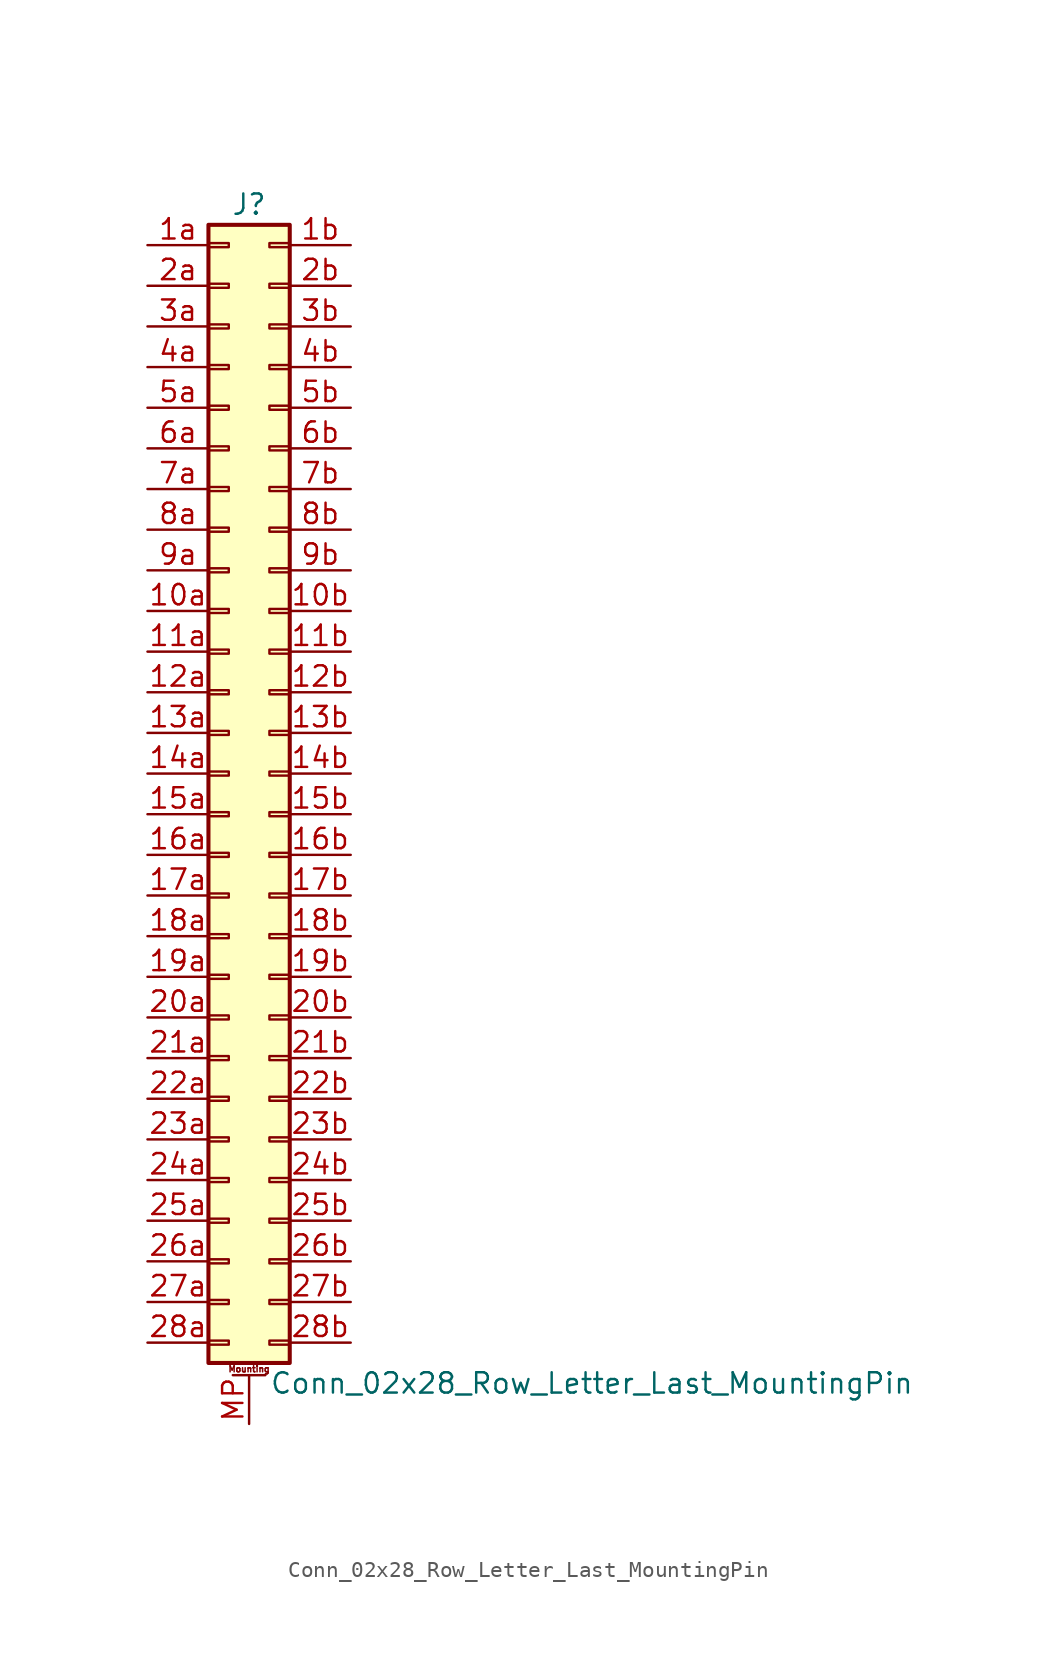
<source format=kicad_sym>
(kicad_symbol_lib
  (version 20201005)
  (generator kicad_symbol_editor)
  (symbol "Connector_Generic_MountingPin:Conn_02x28_Row_Letter_Last_MountingPin"
    (pin_names
      (offset 1.016) hide)
    (property "Reference" "J"
      (at 1.27 35.56 0)
      (effects (font (size 1.27 1.27))))
    (property "Value" "Conn_02x28_Row_Letter_Last_MountingPin"
      (at 2.54 -38.1 0)
      (effects (font (size 1.27 1.27)) (justify left)))
    (symbol "Conn_02x28_Row_Letter_Last_MountingPin_1_1"
      (text "Mounting" (at 1.27 -37.211 0) (effects (font (size 0.381 0.381))))
      (rectangle (start -1.27 -27.813) (end 0 -28.067) (stroke (width 0.152)) (fill (type none)))
      (rectangle (start -1.27 -30.353) (end 0 -30.607) (stroke (width 0.152)) (fill (type none)))
      (rectangle (start -1.27 -32.893) (end 0 -33.147) (stroke (width 0.152)) (fill (type none)))
      (rectangle (start -1.27 -35.433) (end 0 -35.687) (stroke (width 0.152)) (fill (type none)))
      (rectangle (start -1.27 -4.953) (end 0 -5.207) (stroke (width 0.152)) (fill (type none)))
      (rectangle (start -1.27 -7.493) (end 0 -7.747) (stroke (width 0.152)) (fill (type none)))
      (rectangle (start -1.27 -10.033) (end 0 -10.287) (stroke (width 0.152)) (fill (type none)))
      (rectangle (start -1.27 -12.573) (end 0 -12.827) (stroke (width 0.152)) (fill (type none)))
      (rectangle (start -1.27 -15.113) (end 0 -15.367) (stroke (width 0.152)) (fill (type none)))
      (rectangle (start -1.27 -17.653) (end 0 -17.907) (stroke (width 0.152)) (fill (type none)))
      (rectangle (start -1.27 -20.193) (end 0 -20.447) (stroke (width 0.152)) (fill (type none)))
      (rectangle (start -1.27 -22.733) (end 0 -22.987) (stroke (width 0.152)) (fill (type none)))
      (rectangle (start -1.27 -2.413) (end 0 -2.667) (stroke (width 0.152)) (fill (type none)))
      (rectangle (start -1.27 -25.273) (end 0 -25.527) (stroke (width 0.152)) (fill (type none)))
      (rectangle (start -1.27 25.527) (end 0 25.273) (stroke (width 0.152)) (fill (type none)))
      (rectangle (start -1.27 2.667) (end 0 2.413) (stroke (width 0.152)) (fill (type none)))
      (rectangle (start -1.27 28.067) (end 0 27.813) (stroke (width 0.152)) (fill (type none)))
      (rectangle (start -1.27 30.607) (end 0 30.353) (stroke (width 0.152)) (fill (type none)))
      (rectangle (start -1.27 33.147) (end 0 32.893) (stroke (width 0.152)) (fill (type none)))
      (rectangle (start -1.27 34.29) (end 3.81 -36.83) (stroke (width 0.254)) (fill (type background)))
      (rectangle (start -1.27 5.207) (end 0 4.953) (stroke (width 0.152)) (fill (type none)))
      (rectangle (start -1.27 7.747) (end 0 7.493) (stroke (width 0.152)) (fill (type none)))
      (rectangle (start -1.27 10.287) (end 0 10.033) (stroke (width 0.152)) (fill (type none)))
      (rectangle (start -1.27 0.127) (end 0 -0.127) (stroke (width 0.152)) (fill (type none)))
      (rectangle (start -1.27 12.827) (end 0 12.573) (stroke (width 0.152)) (fill (type none)))
      (rectangle (start -1.27 15.367) (end 0 15.113) (stroke (width 0.152)) (fill (type none)))
      (rectangle (start -1.27 17.907) (end 0 17.653) (stroke (width 0.152)) (fill (type none)))
      (rectangle (start -1.27 20.447) (end 0 20.193) (stroke (width 0.152)) (fill (type none)))
      (rectangle (start -1.27 22.987) (end 0 22.733) (stroke (width 0.152)) (fill (type none)))
      (rectangle (start 3.81 -27.813) (end 2.54 -28.067) (stroke (width 0.152)) (fill (type none)))
      (rectangle (start 3.81 -30.353) (end 2.54 -30.607) (stroke (width 0.152)) (fill (type none)))
      (rectangle (start 3.81 -32.893) (end 2.54 -33.147) (stroke (width 0.152)) (fill (type none)))
      (rectangle (start 3.81 -35.433) (end 2.54 -35.687) (stroke (width 0.152)) (fill (type none)))
      (rectangle (start 3.81 -4.953) (end 2.54 -5.207) (stroke (width 0.152)) (fill (type none)))
      (rectangle (start 3.81 -7.493) (end 2.54 -7.747) (stroke (width 0.152)) (fill (type none)))
      (rectangle (start 3.81 -10.033) (end 2.54 -10.287) (stroke (width 0.152)) (fill (type none)))
      (rectangle (start 3.81 -12.573) (end 2.54 -12.827) (stroke (width 0.152)) (fill (type none)))
      (rectangle (start 3.81 -15.113) (end 2.54 -15.367) (stroke (width 0.152)) (fill (type none)))
      (rectangle (start 3.81 -17.653) (end 2.54 -17.907) (stroke (width 0.152)) (fill (type none)))
      (rectangle (start 3.81 -20.193) (end 2.54 -20.447) (stroke (width 0.152)) (fill (type none)))
      (rectangle (start 3.81 -22.733) (end 2.54 -22.987) (stroke (width 0.152)) (fill (type none)))
      (rectangle (start 3.81 -2.413) (end 2.54 -2.667) (stroke (width 0.152)) (fill (type none)))
      (rectangle (start 3.81 -25.273) (end 2.54 -25.527) (stroke (width 0.152)) (fill (type none)))
      (rectangle (start 3.81 25.527) (end 2.54 25.273) (stroke (width 0.152)) (fill (type none)))
      (rectangle (start 3.81 2.667) (end 2.54 2.413) (stroke (width 0.152)) (fill (type none)))
      (rectangle (start 3.81 28.067) (end 2.54 27.813) (stroke (width 0.152)) (fill (type none)))
      (rectangle (start 3.81 30.607) (end 2.54 30.353) (stroke (width 0.152)) (fill (type none)))
      (rectangle (start 3.81 33.147) (end 2.54 32.893) (stroke (width 0.152)) (fill (type none)))
      (rectangle (start 3.81 5.207) (end 2.54 4.953) (stroke (width 0.152)) (fill (type none)))
      (rectangle (start 3.81 7.747) (end 2.54 7.493) (stroke (width 0.152)) (fill (type none)))
      (rectangle (start 3.81 10.287) (end 2.54 10.033) (stroke (width 0.152)) (fill (type none)))
      (rectangle (start 3.81 0.127) (end 2.54 -0.127) (stroke (width 0.152)) (fill (type none)))
      (rectangle (start 3.81 12.827) (end 2.54 12.573) (stroke (width 0.152)) (fill (type none)))
      (rectangle (start 3.81 15.367) (end 2.54 15.113) (stroke (width 0.152)) (fill (type none)))
      (rectangle (start 3.81 17.907) (end 2.54 17.653) (stroke (width 0.152)) (fill (type none)))
      (rectangle (start 3.81 20.447) (end 2.54 20.193) (stroke (width 0.152)) (fill (type none)))
      (rectangle (start 3.81 22.987) (end 2.54 22.733) (stroke (width 0.152)) (fill (type none)))
      (polyline (pts (xy 0.254 -37.592) (xy 2.286 -37.592)) (stroke (width 0.152)) (fill (type none)))
      (pin passive line (at 1.27 -40.64 90) (length 3.048) (name "MountPin" (effects (font (size 1.27 1.27)))) (number "MP" (effects (font (size 1.27 1.27)))))
      (pin passive line (at -5.08 10.16 0) (length 3.81) (name "Pin_10a" (effects (font (size 1.27 1.27)))) (number "10a" (effects (font (size 1.27 1.27)))))
      (pin passive line (at 7.62 10.16 180) (length 3.81) (name "Pin_10b" (effects (font (size 1.27 1.27)))) (number "10b" (effects (font (size 1.27 1.27)))))
      (pin passive line (at -5.08 7.62 0) (length 3.81) (name "Pin_11a" (effects (font (size 1.27 1.27)))) (number "11a" (effects (font (size 1.27 1.27)))))
      (pin passive line (at 7.62 7.62 180) (length 3.81) (name "Pin_11b" (effects (font (size 1.27 1.27)))) (number "11b" (effects (font (size 1.27 1.27)))))
      (pin passive line (at -5.08 5.08 0) (length 3.81) (name "Pin_12a" (effects (font (size 1.27 1.27)))) (number "12a" (effects (font (size 1.27 1.27)))))
      (pin passive line (at 7.62 5.08 180) (length 3.81) (name "Pin_12b" (effects (font (size 1.27 1.27)))) (number "12b" (effects (font (size 1.27 1.27)))))
      (pin passive line (at -5.08 2.54 0) (length 3.81) (name "Pin_13a" (effects (font (size 1.27 1.27)))) (number "13a" (effects (font (size 1.27 1.27)))))
      (pin passive line (at 7.62 2.54 180) (length 3.81) (name "Pin_13b" (effects (font (size 1.27 1.27)))) (number "13b" (effects (font (size 1.27 1.27)))))
      (pin passive line (at -5.08 0 0) (length 3.81) (name "Pin_14a" (effects (font (size 1.27 1.27)))) (number "14a" (effects (font (size 1.27 1.27)))))
      (pin passive line (at 7.62 0 180) (length 3.81) (name "Pin_14b" (effects (font (size 1.27 1.27)))) (number "14b" (effects (font (size 1.27 1.27)))))
      (pin passive line (at -5.08 -2.54 0) (length 3.81) (name "Pin_15a" (effects (font (size 1.27 1.27)))) (number "15a" (effects (font (size 1.27 1.27)))))
      (pin passive line (at 7.62 -2.54 180) (length 3.81) (name "Pin_15b" (effects (font (size 1.27 1.27)))) (number "15b" (effects (font (size 1.27 1.27)))))
      (pin passive line (at -5.08 -5.08 0) (length 3.81) (name "Pin_16a" (effects (font (size 1.27 1.27)))) (number "16a" (effects (font (size 1.27 1.27)))))
      (pin passive line (at 7.62 -5.08 180) (length 3.81) (name "Pin_16b" (effects (font (size 1.27 1.27)))) (number "16b" (effects (font (size 1.27 1.27)))))
      (pin passive line (at -5.08 -7.62 0) (length 3.81) (name "Pin_17a" (effects (font (size 1.27 1.27)))) (number "17a" (effects (font (size 1.27 1.27)))))
      (pin passive line (at 7.62 -7.62 180) (length 3.81) (name "Pin_17b" (effects (font (size 1.27 1.27)))) (number "17b" (effects (font (size 1.27 1.27)))))
      (pin passive line (at -5.08 -10.16 0) (length 3.81) (name "Pin_18a" (effects (font (size 1.27 1.27)))) (number "18a" (effects (font (size 1.27 1.27)))))
      (pin passive line (at 7.62 -10.16 180) (length 3.81) (name "Pin_18b" (effects (font (size 1.27 1.27)))) (number "18b" (effects (font (size 1.27 1.27)))))
      (pin passive line (at -5.08 -12.7 0) (length 3.81) (name "Pin_19a" (effects (font (size 1.27 1.27)))) (number "19a" (effects (font (size 1.27 1.27)))))
      (pin passive line (at 7.62 -12.7 180) (length 3.81) (name "Pin_19b" (effects (font (size 1.27 1.27)))) (number "19b" (effects (font (size 1.27 1.27)))))
      (pin passive line (at -5.08 33.02 0) (length 3.81) (name "Pin_1a" (effects (font (size 1.27 1.27)))) (number "1a" (effects (font (size 1.27 1.27)))))
      (pin passive line (at 7.62 33.02 180) (length 3.81) (name "Pin_1b" (effects (font (size 1.27 1.27)))) (number "1b" (effects (font (size 1.27 1.27)))))
      (pin passive line (at -5.08 -15.24 0) (length 3.81) (name "Pin_20a" (effects (font (size 1.27 1.27)))) (number "20a" (effects (font (size 1.27 1.27)))))
      (pin passive line (at 7.62 -15.24 180) (length 3.81) (name "Pin_20b" (effects (font (size 1.27 1.27)))) (number "20b" (effects (font (size 1.27 1.27)))))
      (pin passive line (at -5.08 -17.78 0) (length 3.81) (name "Pin_21a" (effects (font (size 1.27 1.27)))) (number "21a" (effects (font (size 1.27 1.27)))))
      (pin passive line (at 7.62 -17.78 180) (length 3.81) (name "Pin_21b" (effects (font (size 1.27 1.27)))) (number "21b" (effects (font (size 1.27 1.27)))))
      (pin passive line (at -5.08 -20.32 0) (length 3.81) (name "Pin_22a" (effects (font (size 1.27 1.27)))) (number "22a" (effects (font (size 1.27 1.27)))))
      (pin passive line (at 7.62 -20.32 180) (length 3.81) (name "Pin_22b" (effects (font (size 1.27 1.27)))) (number "22b" (effects (font (size 1.27 1.27)))))
      (pin passive line (at -5.08 -22.86 0) (length 3.81) (name "Pin_23a" (effects (font (size 1.27 1.27)))) (number "23a" (effects (font (size 1.27 1.27)))))
      (pin passive line (at 7.62 -22.86 180) (length 3.81) (name "Pin_23b" (effects (font (size 1.27 1.27)))) (number "23b" (effects (font (size 1.27 1.27)))))
      (pin passive line (at -5.08 -25.4 0) (length 3.81) (name "Pin_24a" (effects (font (size 1.27 1.27)))) (number "24a" (effects (font (size 1.27 1.27)))))
      (pin passive line (at 7.62 -25.4 180) (length 3.81) (name "Pin_24b" (effects (font (size 1.27 1.27)))) (number "24b" (effects (font (size 1.27 1.27)))))
      (pin passive line (at -5.08 -27.94 0) (length 3.81) (name "Pin_25a" (effects (font (size 1.27 1.27)))) (number "25a" (effects (font (size 1.27 1.27)))))
      (pin passive line (at 7.62 -27.94 180) (length 3.81) (name "Pin_25b" (effects (font (size 1.27 1.27)))) (number "25b" (effects (font (size 1.27 1.27)))))
      (pin passive line (at -5.08 -30.48 0) (length 3.81) (name "Pin_26a" (effects (font (size 1.27 1.27)))) (number "26a" (effects (font (size 1.27 1.27)))))
      (pin passive line (at 7.62 -30.48 180) (length 3.81) (name "Pin_26b" (effects (font (size 1.27 1.27)))) (number "26b" (effects (font (size 1.27 1.27)))))
      (pin passive line (at -5.08 -33.02 0) (length 3.81) (name "Pin_27a" (effects (font (size 1.27 1.27)))) (number "27a" (effects (font (size 1.27 1.27)))))
      (pin passive line (at 7.62 -33.02 180) (length 3.81) (name "Pin_27b" (effects (font (size 1.27 1.27)))) (number "27b" (effects (font (size 1.27 1.27)))))
      (pin passive line (at -5.08 -35.56 0) (length 3.81) (name "Pin_28a" (effects (font (size 1.27 1.27)))) (number "28a" (effects (font (size 1.27 1.27)))))
      (pin passive line (at 7.62 -35.56 180) (length 3.81) (name "Pin_28b" (effects (font (size 1.27 1.27)))) (number "28b" (effects (font (size 1.27 1.27)))))
      (pin passive line (at -5.08 30.48 0) (length 3.81) (name "Pin_2a" (effects (font (size 1.27 1.27)))) (number "2a" (effects (font (size 1.27 1.27)))))
      (pin passive line (at 7.62 30.48 180) (length 3.81) (name "Pin_2b" (effects (font (size 1.27 1.27)))) (number "2b" (effects (font (size 1.27 1.27)))))
      (pin passive line (at -5.08 27.94 0) (length 3.81) (name "Pin_3a" (effects (font (size 1.27 1.27)))) (number "3a" (effects (font (size 1.27 1.27)))))
      (pin passive line (at 7.62 27.94 180) (length 3.81) (name "Pin_3b" (effects (font (size 1.27 1.27)))) (number "3b" (effects (font (size 1.27 1.27)))))
      (pin passive line (at -5.08 25.4 0) (length 3.81) (name "Pin_4a" (effects (font (size 1.27 1.27)))) (number "4a" (effects (font (size 1.27 1.27)))))
      (pin passive line (at 7.62 25.4 180) (length 3.81) (name "Pin_4b" (effects (font (size 1.27 1.27)))) (number "4b" (effects (font (size 1.27 1.27)))))
      (pin passive line (at -5.08 22.86 0) (length 3.81) (name "Pin_5a" (effects (font (size 1.27 1.27)))) (number "5a" (effects (font (size 1.27 1.27)))))
      (pin passive line (at 7.62 22.86 180) (length 3.81) (name "Pin_5b" (effects (font (size 1.27 1.27)))) (number "5b" (effects (font (size 1.27 1.27)))))
      (pin passive line (at -5.08 20.32 0) (length 3.81) (name "Pin_6a" (effects (font (size 1.27 1.27)))) (number "6a" (effects (font (size 1.27 1.27)))))
      (pin passive line (at 7.62 20.32 180) (length 3.81) (name "Pin_6b" (effects (font (size 1.27 1.27)))) (number "6b" (effects (font (size 1.27 1.27)))))
      (pin passive line (at -5.08 17.78 0) (length 3.81) (name "Pin_7a" (effects (font (size 1.27 1.27)))) (number "7a" (effects (font (size 1.27 1.27)))))
      (pin passive line (at 7.62 17.78 180) (length 3.81) (name "Pin_7b" (effects (font (size 1.27 1.27)))) (number "7b" (effects (font (size 1.27 1.27)))))
      (pin passive line (at -5.08 15.24 0) (length 3.81) (name "Pin_8a" (effects (font (size 1.27 1.27)))) (number "8a" (effects (font (size 1.27 1.27)))))
      (pin passive line (at 7.62 15.24 180) (length 3.81) (name "Pin_8b" (effects (font (size 1.27 1.27)))) (number "8b" (effects (font (size 1.27 1.27)))))
      (pin passive line (at -5.08 12.7 0) (length 3.81) (name "Pin_9a" (effects (font (size 1.27 1.27)))) (number "9a" (effects (font (size 1.27 1.27)))))
      (pin passive line (at 7.62 12.7 180) (length 3.81) (name "Pin_9b" (effects (font (size 1.27 1.27)))) (number "9b" (effects (font (size 1.27 1.27))))))))
</source>
